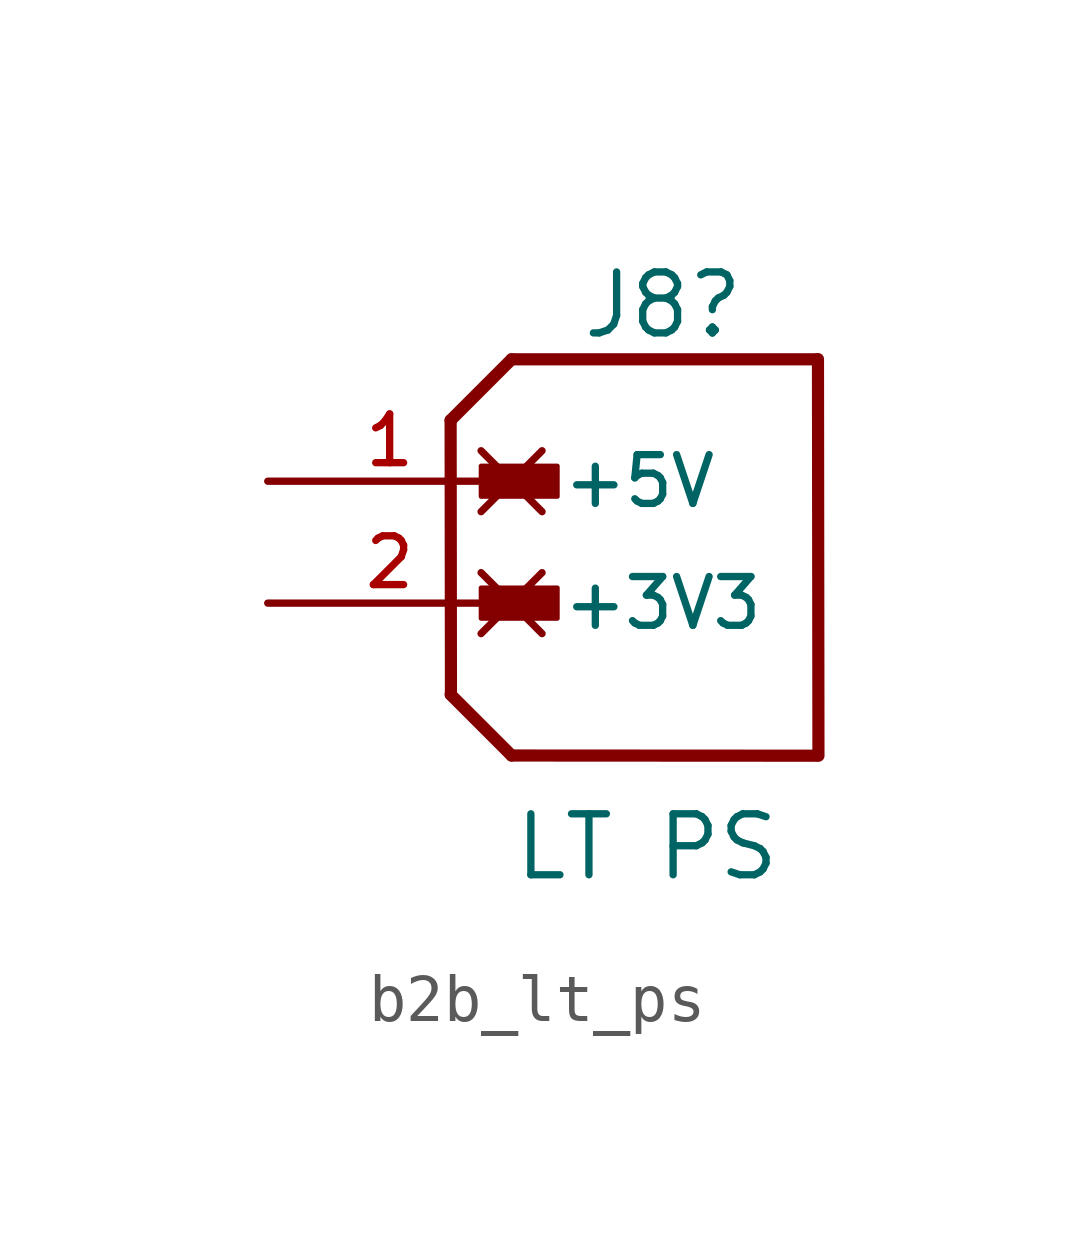
<source format=kicad_sym>
(kicad_symbol_lib
  (version 20241209)
  (generator "kicad_symbol_editor")
  (generator_version "9.0")
  (symbol "b2b_lt_ps"
    (pin_names
      (offset 1.016))
    (property "Reference" "J8"
      (at -1.117 6.21 0)
      (effects (font (size 1.27 1.27)) (justify left)))
    (property "Value" "LT PS"
      (at -2.54 -5.08 0)
      (effects (font (size 1.27 1.27)) (justify left)))
    (symbol "b2b_lt_ps_0_0"
      (polyline (pts (xy -3.81 3.81) (xy -3.803 -1.903)) (stroke (width 0.254) (type default)) (fill (type none)))
      (polyline (pts (xy -3.81 3.81) (xy -2.54 5.08)) (stroke (width 0.254) (type default)) (fill (type none)))
      (polyline (pts (xy -3.81 -1.905) (xy -2.54 -3.175)) (stroke (width 0.254) (type default)) (fill (type none)))
      (rectangle (start -3.175 2.223) (end -1.587 2.857) (stroke (width 0.1) (type default)) (fill (type outline)))
      (rectangle (start -3.175 -0.318) (end -1.587 0.318) (stroke (width 0.1) (type default)) (fill (type outline)))
      (polyline (pts (xy -2.54 -3.175) (xy 3.802 -3.179)) (stroke (width 0.254) (type default)) (fill (type none)))
      (polyline (pts (xy 3.81 5.08) (xy -2.54 5.08)) (stroke (width 0.254) (type default)) (fill (type none)))
      (polyline (pts (xy 3.854 -3.179) (xy 3.844 5.084)) (stroke (width 0.254) (type default)) (fill (type none))))
    (symbol "b2b_lt_ps_1_0"
      (pin power_out non_logic (at -7.62 2.54 0) (length 5.08) (name "+5V" (effects (font (size 1.016 1.016)))) (number "1" (effects (font (size 1.016 1.016)))))
      (pin power_out non_logic (at -7.62 0 0) (length 5.08) (name "+3V3" (effects (font (size 1.016 1.016)))) (number "2" (effects (font (size 1.016 1.016))))))))
</source>
